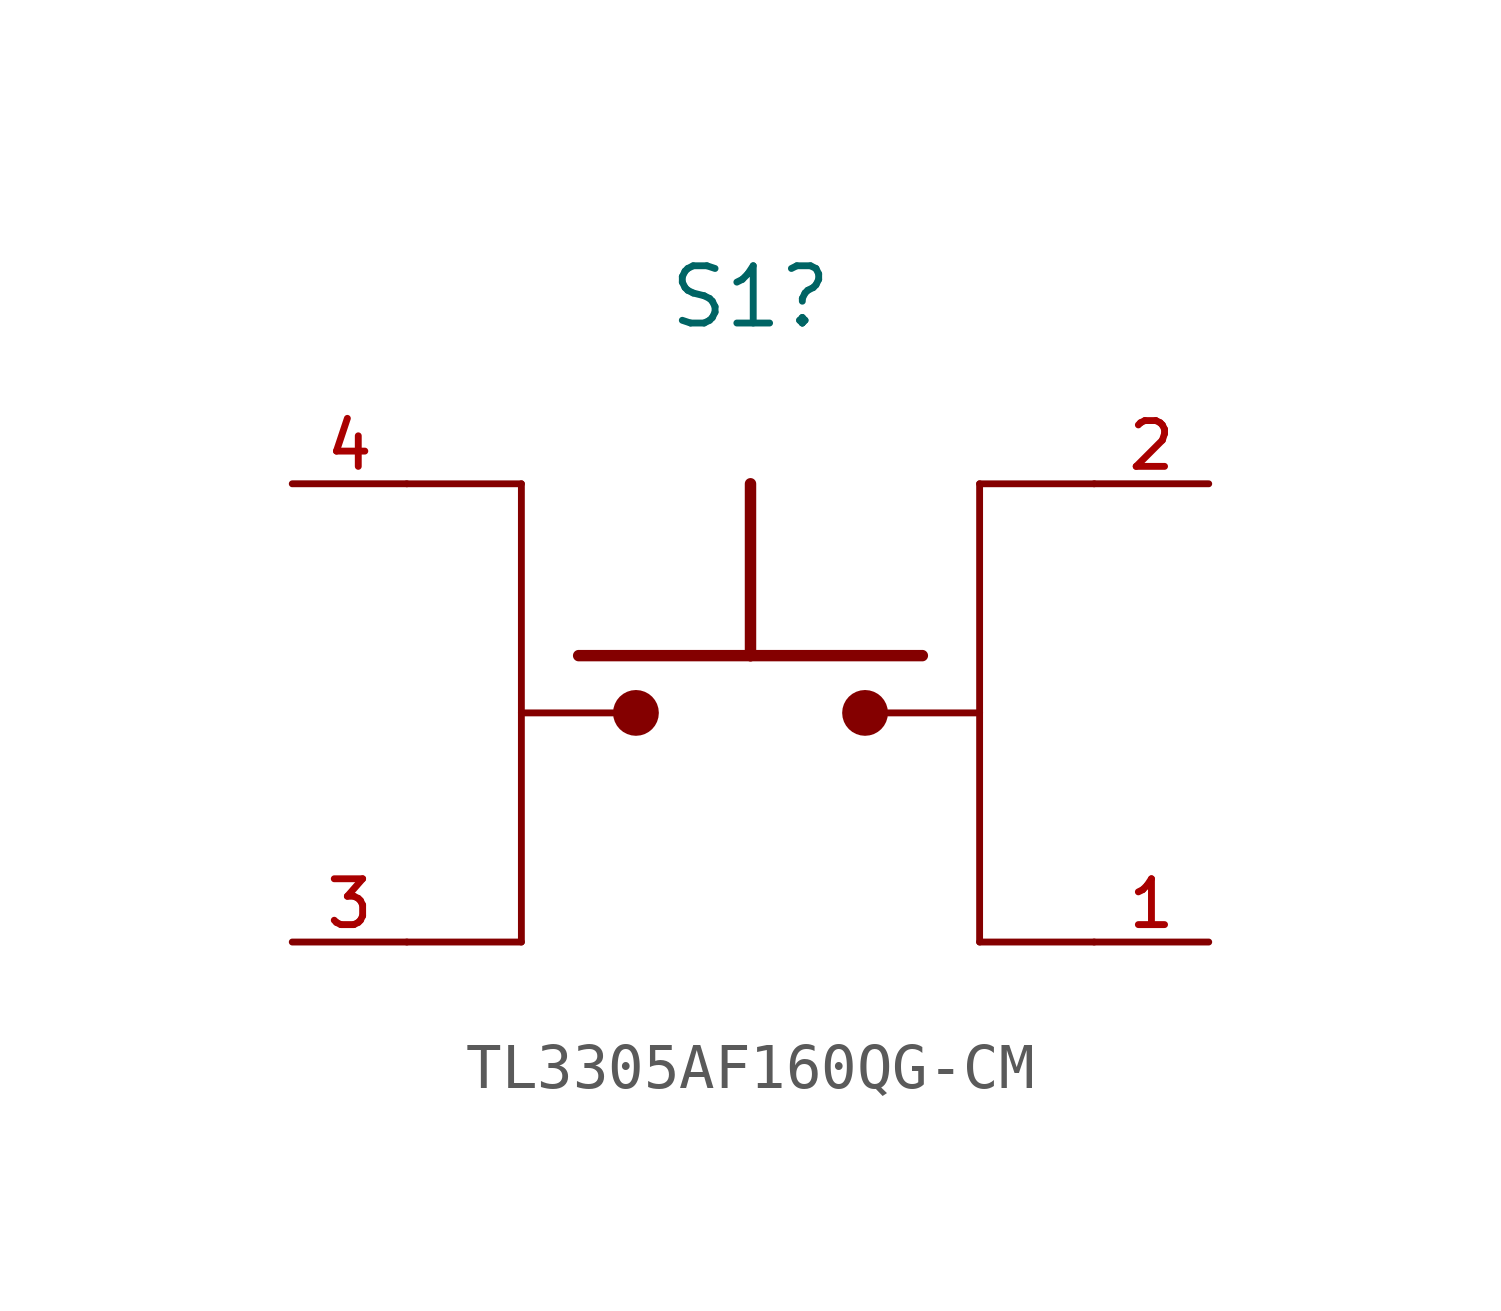
<source format=kicad_sym>
(kicad_symbol_lib
  (version 20220914)
  (generator kicad_symbol_editor)
  (symbol "TL3305AF160QG-CM"
    (pin_names
      (offset 1.016))
    (property "Reference" "S1"
      (at 0 9.224 0)
      (effects (font (size 1.27 1.27))))
    (symbol "TL3305AF160QG-CM_0_0"
      (circle (center -2.54 0) (radius 0.254) (stroke (width 0.508) (type default)) (fill (type none)))
      (polyline (pts (xy -7.62 -5.08) (xy -5.08 -5.08)) (stroke (width 0.152) (type default)) (fill (type none)))
      (polyline (pts (xy -7.62 5.08) (xy -5.08 5.08)) (stroke (width 0.152) (type default)) (fill (type none)))
      (polyline (pts (xy -5.08 -5.08) (xy -5.08 0)) (stroke (width 0.152) (type default)) (fill (type none)))
      (polyline (pts (xy -5.08 0) (xy -2.54 0)) (stroke (width 0.152) (type default)) (fill (type none)))
      (polyline (pts (xy -5.08 5.08) (xy -5.08 0)) (stroke (width 0.152) (type default)) (fill (type none)))
      (polyline (pts (xy -3.81 1.27) (xy 0 1.27)) (stroke (width 0.254) (type default)) (fill (type none)))
      (polyline (pts (xy 0 1.27) (xy 0 5.08)) (stroke (width 0.254) (type default)) (fill (type none)))
      (polyline (pts (xy 0 1.27) (xy 3.81 1.27)) (stroke (width 0.254) (type default)) (fill (type none)))
      (polyline (pts (xy 5.08 -5.08) (xy 5.08 0)) (stroke (width 0.152) (type default)) (fill (type none)))
      (polyline (pts (xy 5.08 0) (xy 2.54 0)) (stroke (width 0.152) (type default)) (fill (type none)))
      (polyline (pts (xy 5.08 0) (xy 5.08 5.08)) (stroke (width 0.152) (type default)) (fill (type none)))
      (polyline (pts (xy 5.08 5.08) (xy 7.62 5.08)) (stroke (width 0.152) (type default)) (fill (type none)))
      (polyline (pts (xy 7.62 -5.08) (xy 5.08 -5.08)) (stroke (width 0.152) (type default)) (fill (type none)))
      (circle (center 2.54 0) (radius 0.254) (stroke (width 0.508) (type default)) (fill (type none)))
      (pin passive line (at 10.16 -5.08 180) (length 2.54) (name "~" (effects (font (size 1.016 1.016)))) (number "1" (effects (font (size 1.016 1.016)))))
      (pin passive line (at 10.16 5.08 180) (length 2.54) (name "~" (effects (font (size 1.016 1.016)))) (number "2" (effects (font (size 1.016 1.016)))))
      (pin passive line (at -10.16 -5.08 0) (length 2.54) (name "~" (effects (font (size 1.016 1.016)))) (number "3" (effects (font (size 1.016 1.016)))))
      (pin passive line (at -10.16 5.08 0) (length 2.54) (name "~" (effects (font (size 1.016 1.016)))) (number "4" (effects (font (size 1.016 1.016))))))))
</source>
